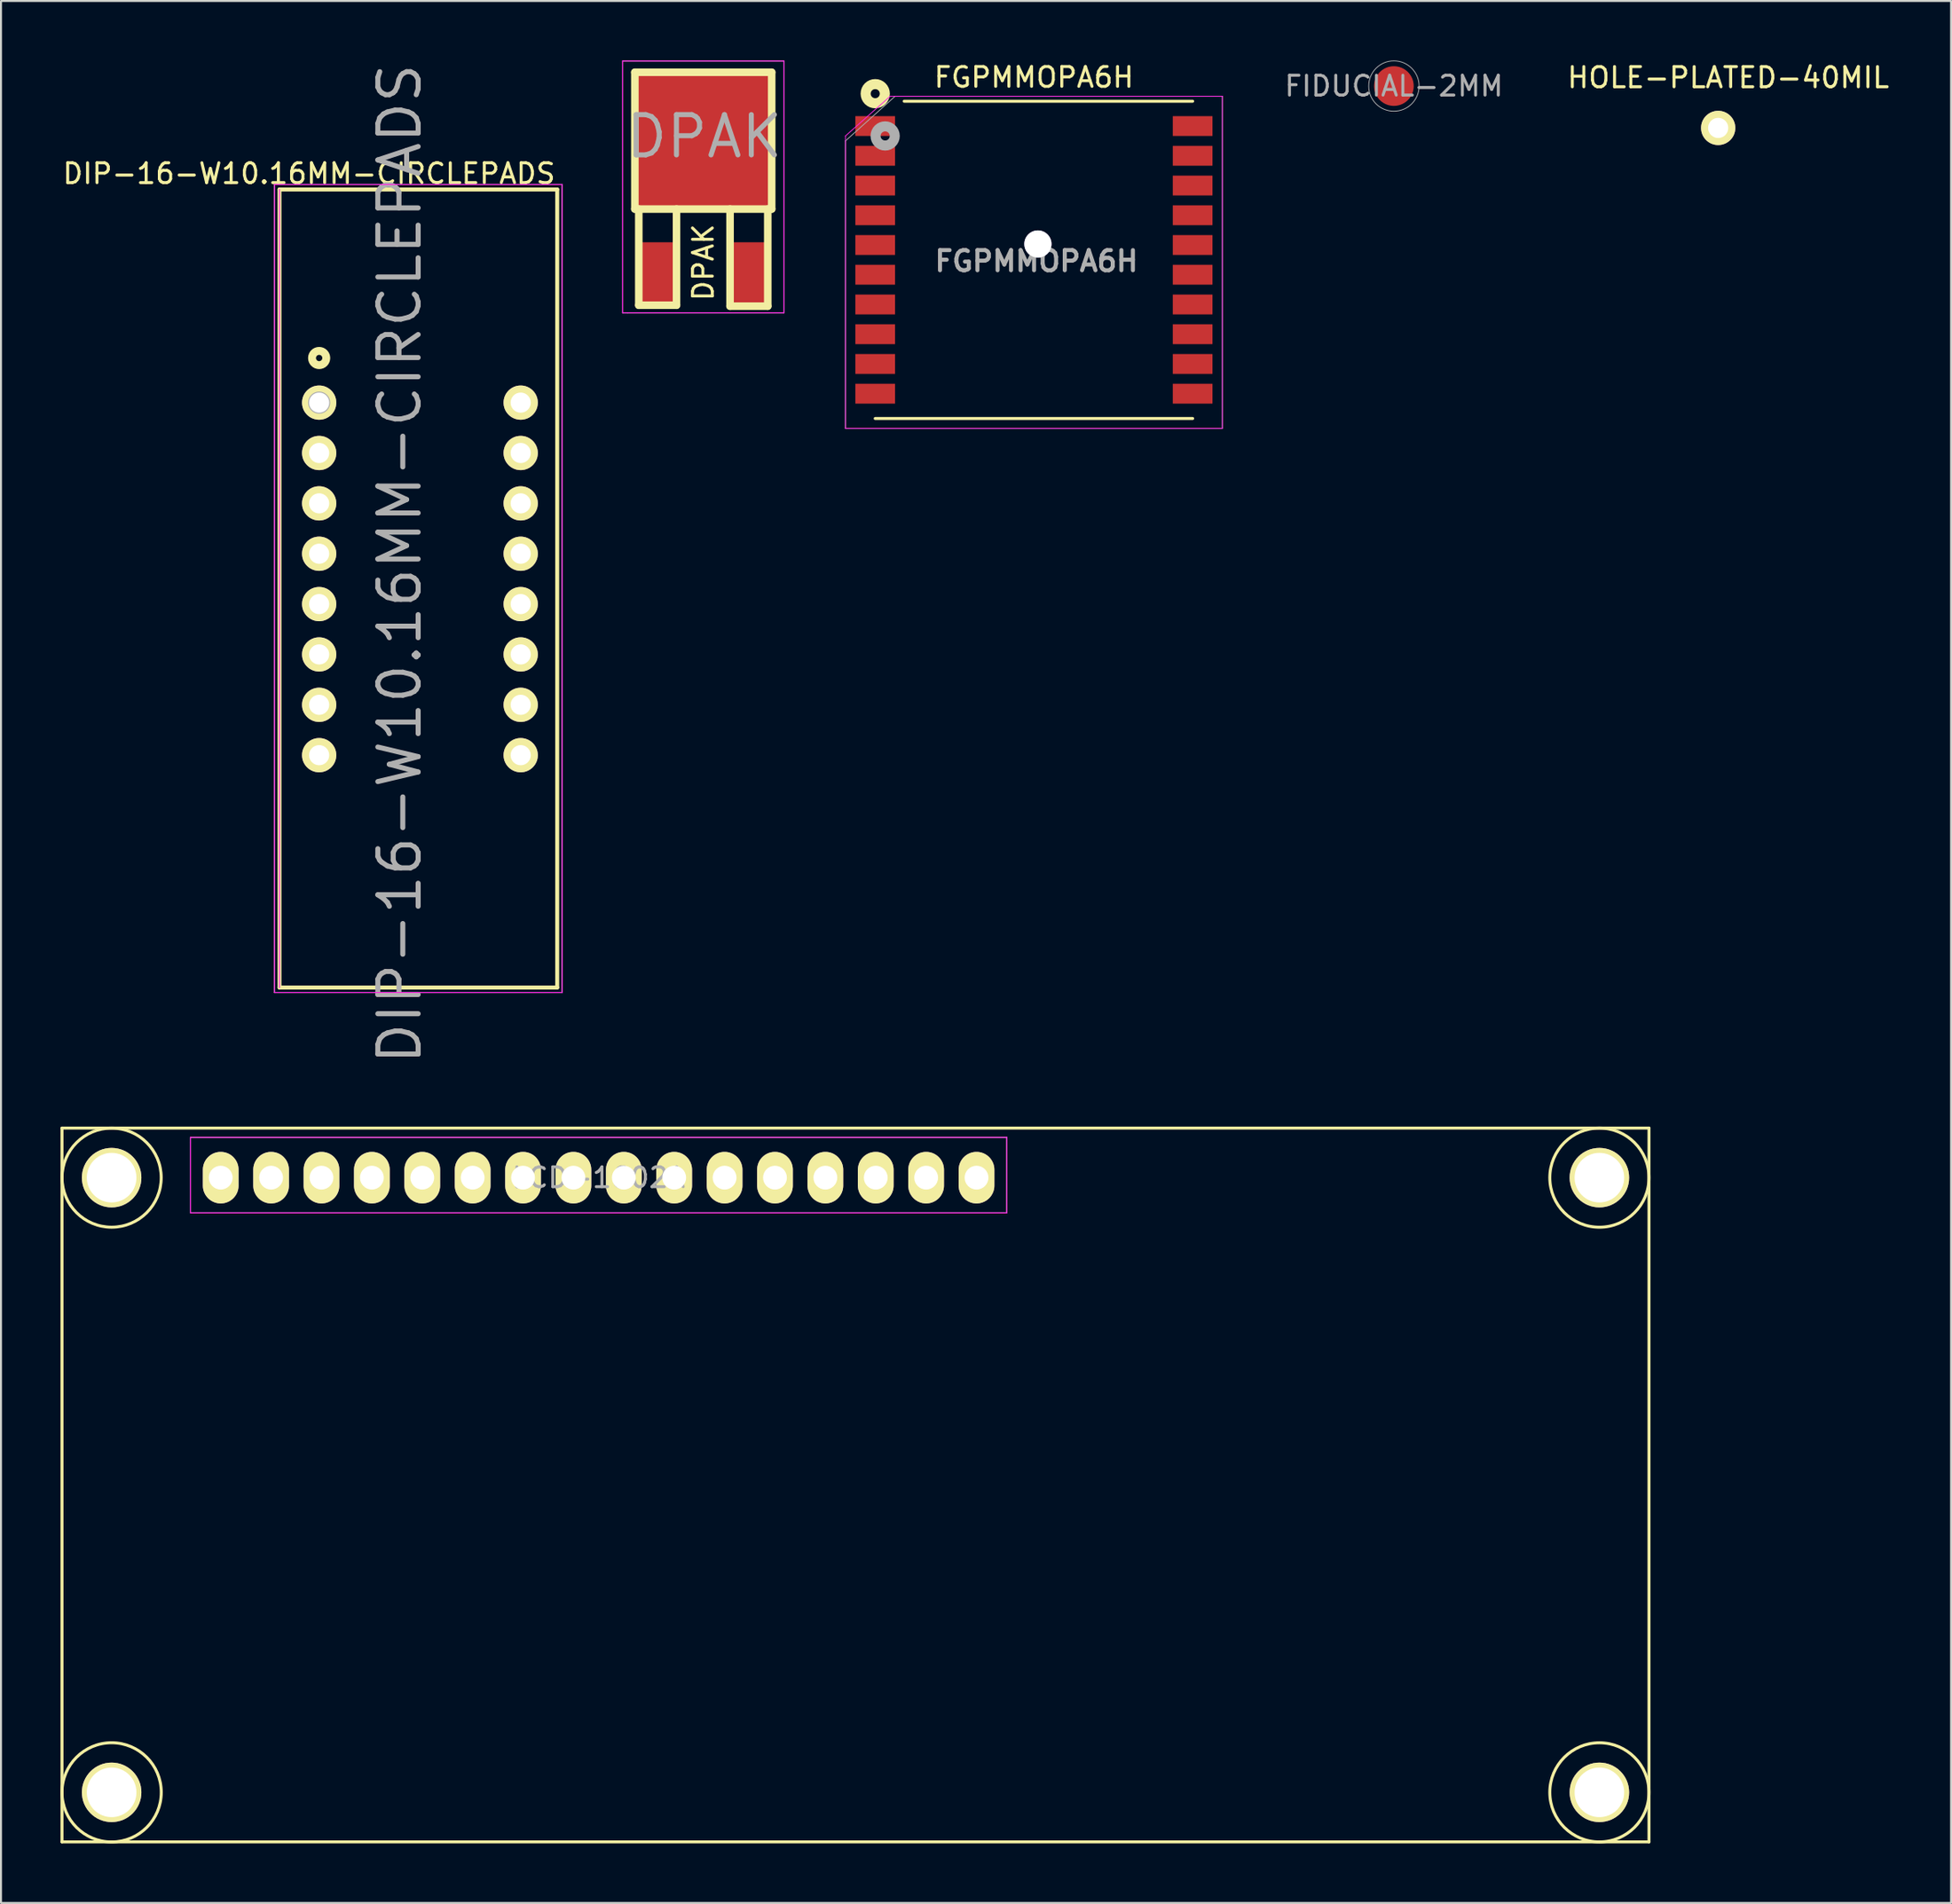
<source format=kicad_pcb>
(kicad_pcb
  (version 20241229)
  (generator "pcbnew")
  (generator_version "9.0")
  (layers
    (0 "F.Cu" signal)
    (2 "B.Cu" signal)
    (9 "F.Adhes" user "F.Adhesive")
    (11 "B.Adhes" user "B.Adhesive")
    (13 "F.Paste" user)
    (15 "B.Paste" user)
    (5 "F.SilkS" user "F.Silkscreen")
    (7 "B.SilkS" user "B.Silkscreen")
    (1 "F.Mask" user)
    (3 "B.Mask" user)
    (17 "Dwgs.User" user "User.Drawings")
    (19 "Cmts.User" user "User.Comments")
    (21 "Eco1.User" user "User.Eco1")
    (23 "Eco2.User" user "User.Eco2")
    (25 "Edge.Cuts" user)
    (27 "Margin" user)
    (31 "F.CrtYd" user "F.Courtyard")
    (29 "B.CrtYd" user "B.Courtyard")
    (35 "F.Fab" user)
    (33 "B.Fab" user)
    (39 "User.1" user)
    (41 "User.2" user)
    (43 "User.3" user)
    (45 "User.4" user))
  (footprint "LCD-1602A"
    (layer "F.Cu")
    (at 8.076 56.343)
    (property "Reference" "LCD-1602A" (at 19.05 0 0) (layer "F.Fab") (effects (font (size 1 1) (thickness 0.15))))
    (attr through_hole)
    (fp_line (start -8.001 -2.499) (end 71.999 -2.499) (stroke (width 0.15) (type solid)) (layer "F.SilkS"))
    (fp_line (start -8.001 33.5) (end -8.001 -2.499) (stroke (width 0.15) (type solid)) (layer "F.SilkS"))
    (fp_line (start 71.999 -2.499) (end 71.999 33.5) (stroke (width 0.15) (type solid)) (layer "F.SilkS"))
    (fp_line (start 71.999 33.5) (end -8.001 33.5) (stroke (width 0.15) (type solid)) (layer "F.SilkS"))
    (fp_circle (center -5.499 0) (end -3 0) (stroke (width 0.15) (type solid)) (fill no) (layer "F.SilkS"))
    (fp_circle (center -5.499 31.001) (end -8.001 31.001) (stroke (width 0.15) (type solid)) (fill no) (layer "F.SilkS"))
    (fp_circle (center 69.499 0) (end 71.999 0) (stroke (width 0.15) (type solid)) (fill no) (layer "F.SilkS"))
    (fp_circle (center 69.499 31.001) (end 71.999 31.001) (stroke (width 0.15) (type solid)) (fill no) (layer "F.SilkS"))
    (fp_line (start -1.524 -2.032) (end -1.524 -1.778) (stroke (width 0.05) (type solid)) (layer "F.CrtYd"))
    (fp_line (start -1.524 -1.778) (end -1.524 1.778) (stroke (width 0.05) (type solid)) (layer "F.CrtYd"))
    (fp_line (start -1.524 1.778) (end 39.624 1.778) (stroke (width 0.05) (type solid)) (layer "F.CrtYd"))
    (fp_line (start 39.624 -2.032) (end -1.524 -2.032) (stroke (width 0.05) (type solid)) (layer "F.CrtYd"))
    (fp_line (start 39.624 1.778) (end 39.624 -2.032) (stroke (width 0.05) (type solid)) (layer "F.CrtYd"))
    (fp_line (start -1.524 -2.032) (end -1.524 1.778) (stroke (width 0.05) (type solid)) (layer "F.Fab"))
    (fp_line (start -1.524 1.778) (end 39.624 1.778) (stroke (width 0.05) (type solid)) (layer "F.Fab"))
    (fp_line (start 39.624 -2.032) (end -1.524 -2.032) (stroke (width 0.05) (type solid)) (layer "F.Fab"))
    (fp_line (start 39.624 1.778) (end 39.624 -2.032) (stroke (width 0.05) (type solid)) (layer "F.Fab"))
    (pad "0" thru_hole circle (at -5.499 0) (size 3 3) (drill 2.5) (layers "*.Cu" "*.Mask" "F.SilkS"))
    (pad "0" thru_hole circle (at -5.499 31.001) (size 3 3) (drill 2.5) (layers "*.Cu" "*.Mask" "F.SilkS"))
    (pad "0" thru_hole circle (at 69.499 0) (size 3 3) (drill 2.5) (layers "*.Cu" "*.Mask" "F.SilkS"))
    (pad "0" thru_hole circle (at 69.499 31.001) (size 3 3) (drill 2.5) (layers "*.Cu" "*.Mask" "F.SilkS"))
    (pad "1" thru_hole oval (at 0 0) (size 1.8 2.6) (drill 1.2) (layers "*.Cu" "*.Mask" "F.SilkS"))
    (pad "2" thru_hole oval (at 2.54 0) (size 1.8 2.6) (drill 1.2) (layers "*.Cu" "*.Mask" "F.SilkS"))
    (pad "3" thru_hole oval (at 5.08 0) (size 1.8 2.6) (drill 1.2) (layers "*.Cu" "*.Mask" "F.SilkS"))
    (pad "4" thru_hole oval (at 7.62 0) (size 1.8 2.6) (drill 1.2) (layers "*.Cu" "*.Mask" "F.SilkS"))
    (pad "5" thru_hole oval (at 10.16 0) (size 1.8 2.6) (drill 1.2) (layers "*.Cu" "*.Mask" "F.SilkS"))
    (pad "6" thru_hole oval (at 12.7 0) (size 1.8 2.6) (drill 1.2) (layers "*.Cu" "*.Mask" "F.SilkS"))
    (pad "7" thru_hole oval (at 15.24 0) (size 1.8 2.6) (drill 1.2) (layers "*.Cu" "*.Mask" "F.SilkS"))
    (pad "8" thru_hole oval (at 17.78 0) (size 1.8 2.6) (drill 1.2) (layers "*.Cu" "*.Mask" "F.SilkS"))
    (pad "9" thru_hole oval (at 20.32 0) (size 1.8 2.6) (drill 1.2) (layers "*.Cu" "*.Mask" "F.SilkS"))
    (pad "10" thru_hole oval (at 22.86 0) (size 1.8 2.6) (drill 1.2) (layers "*.Cu" "*.Mask" "F.SilkS"))
    (pad "11" thru_hole oval (at 25.4 0) (size 1.8 2.6) (drill 1.2) (layers "*.Cu" "*.Mask" "F.SilkS"))
    (pad "12" thru_hole oval (at 27.94 0) (size 1.8 2.6) (drill 1.2) (layers "*.Cu" "*.Mask" "F.SilkS"))
    (pad "13" thru_hole oval (at 30.48 0) (size 1.8 2.6) (drill 1.2) (layers "*.Cu" "*.Mask" "F.SilkS"))
    (pad "14" thru_hole oval (at 33.02 0) (size 1.8 2.6) (drill 1.2) (layers "*.Cu" "*.Mask" "F.SilkS"))
    (pad "15" thru_hole oval (at 35.56 0) (size 1.8 2.6) (drill 1.2) (layers "*.Cu" "*.Mask" "F.SilkS"))
    (pad "16" thru_hole oval (at 38.1 0) (size 1.8 2.6) (drill 1.2) (layers "*.Cu" "*.Mask" "F.SilkS")))
  (footprint "DPAK"
    (layer "F.Cu")
    (at 32.402 10.693)
    (property "Reference" "DPAK" (at 0.051 -6.858 0) (layer "F.Fab") (effects (font (size 2.032 2.032) (thickness 0.254))))
    (attr smd)
    (fp_line (start -3.449 -10.099) (end 3.449 -10.099) (stroke (width 0.381) (type solid)) (layer "F.SilkS"))
    (fp_line (start -3.449 -3.2) (end -3.449 -10.099) (stroke (width 0.381) (type solid)) (layer "F.SilkS"))
    (fp_line (start -3.251 1.651) (end -3.251 -3.2) (stroke (width 0.381) (type solid)) (layer "F.SilkS"))
    (fp_line (start -3.251 1.651) (end -1.349 1.651) (stroke (width 0.381) (type solid)) (layer "F.SilkS"))
    (fp_line (start -1.349 1.651) (end -1.349 -3.2) (stroke (width 0.381) (type solid)) (layer "F.SilkS"))
    (fp_line (start 1.349 1.699) (end 1.349 -3.2) (stroke (width 0.381) (type solid)) (layer "F.SilkS"))
    (fp_line (start 1.349 1.699) (end 3.251 1.699) (stroke (width 0.381) (type solid)) (layer "F.SilkS"))
    (fp_line (start 3.251 1.699) (end 3.251 -3.2) (stroke (width 0.381) (type solid)) (layer "F.SilkS"))
    (fp_line (start 3.449 -10.099) (end 3.449 -3.2) (stroke (width 0.381) (type solid)) (layer "F.SilkS"))
    (fp_line (start 3.449 -3.2) (end -3.449 -3.2) (stroke (width 0.381) (type solid)) (layer "F.SilkS"))
    (fp_line (start -4.064 -10.668) (end 4.064 -10.668) (stroke (width 0.05) (type solid)) (layer "F.CrtYd"))
    (fp_line (start -4.064 2.032) (end -4.064 -10.668) (stroke (width 0.05) (type solid)) (layer "F.CrtYd"))
    (fp_line (start 4.064 -10.668) (end 4.064 2.032) (stroke (width 0.05) (type solid)) (layer "F.CrtYd"))
    (fp_line (start 4.064 2.032) (end -4.064 2.032) (stroke (width 0.05) (type solid)) (layer "F.CrtYd"))
    (fp_line (start -4.064 -10.668) (end 4.064 -10.668) (stroke (width 0.05) (type solid)) (layer "F.Fab"))
    (fp_line (start -4.064 2.032) (end -4.064 -10.668) (stroke (width 0.05) (type solid)) (layer "F.Fab"))
    (fp_line (start -3.81 2.032) (end -4.064 2.032) (stroke (width 0.05) (type solid)) (layer "F.Fab"))
    (fp_line (start 4.064 -10.668) (end 4.064 2.032) (stroke (width 0.05) (type solid)) (layer "F.Fab"))
    (fp_line (start 4.064 2.032) (end -3.81 2.032) (stroke (width 0.05) (type solid)) (layer "F.Fab"))
    (fp_text user "${REFERENCE}" (at 0 -0.508 90) (layer "F.SilkS") (effects (font (size 1 1) (thickness 0.15))))
    (pad "1" smd rect (at -2.301 0) (size 1.651 3.048) (layers "F.Cu" "F.Mask" "F.Paste"))
    (pad "2" smd rect (at 0 -6.65) (size 6.701 6.701) (layers "F.Cu" "F.Mask" "F.Paste"))
    (pad "3" smd rect (at 2.301 0) (size 1.651 3.048) (layers "F.Cu" "F.Mask" "F.Paste")))
  (footprint "FIDUCIAL-2MM"
    (layer "F.Cu")
    (at 67.215 1.29)
    (property "Reference" "FIDUCIAL-2MM" (at 0 0 0) (layer "F.Fab") (effects (font (size 1 1) (thickness 0.15))))
    (attr through_hole)
    (fp_circle (center 0 0) (end 1.27 0) (stroke (width 0.041) (type solid)) (fill no) (layer "F.Fab"))
    (pad "1" smd circle (at 0 0) (size 2 2) (layers "F.Cu" "F.Mask")))
  (footprint "DIP-16-W10.16MM-CIRCLEPADS"
    (layer "F.Cu")
    (at 13.038 17.256)
    (property "Reference" "DIP-16-W10.16MM-CIRCLEPADS" (at 4.064 8.128 90) (layer "F.Fab") (effects (font (size 2.032 2.032) (thickness 0.254))))
    (attr through_hole)
    (fp_line (start -2 -10.75) (end -2 29.5) (stroke (width 0.2) (type solid)) (layer "F.SilkS"))
    (fp_line (start -2 -10.75) (end 12 -10.75) (stroke (width 0.2) (type solid)) (layer "F.SilkS"))
    (fp_line (start 12 -10.75) (end 12 29.5) (stroke (width 0.2) (type solid)) (layer "F.SilkS"))
    (fp_line (start 12 29.5) (end -2 29.5) (stroke (width 0.2) (type solid)) (layer "F.SilkS"))
    (fp_circle (center 0 -2.25) (end 0.254 -1.996) (stroke (width 0.4) (type solid)) (fill no) (layer "F.SilkS"))
    (fp_line (start -2.25 -11) (end -2.25 29.75) (stroke (width 0.051) (type solid)) (layer "F.CrtYd"))
    (fp_line (start -2.25 29.75) (end 12.25 29.75) (stroke (width 0.051) (type solid)) (layer "F.CrtYd"))
    (fp_line (start -2 -10.75) (end -2 29.5) (stroke (width 0.05) (type solid)) (layer "F.CrtYd"))
    (fp_line (start 12.25 -11) (end -2.25 -11) (stroke (width 0.051) (type solid)) (layer "F.CrtYd"))
    (fp_line (start 12.25 29.75) (end 12.25 -11) (stroke (width 0.051) (type solid)) (layer "F.CrtYd"))
    (fp_line (start -2.25 -11) (end -2.25 29.75) (stroke (width 0.051) (type solid)) (layer "F.Fab"))
    (fp_line (start -2.25 29.75) (end 12.25 29.75) (stroke (width 0.051) (type solid)) (layer "F.Fab"))
    (fp_line (start 12.25 -11) (end -2.25 -11) (stroke (width 0.051) (type solid)) (layer "F.Fab"))
    (fp_line (start 12.25 29.75) (end 12.25 -11) (stroke (width 0.051) (type solid)) (layer "F.Fab"))
    (fp_circle (center 0 0) (end 0.254 0.254) (stroke (width 0.4) (type solid)) (fill no) (layer "F.Fab"))
    (fp_text user "${REFERENCE}" (at -0.508 -11.552 0) (layer "F.SilkS") (effects (font (size 1 1) (thickness 0.15))))
    (pad "1" thru_hole circle (at 0 0) (size 1.727 1.727) (drill 1.016) (layers "*.Cu" "*.Mask" "F.SilkS"))
    (pad "2" thru_hole circle (at 0 2.54) (size 1.727 1.727) (drill 1.016) (layers "*.Cu" "*.Mask" "F.SilkS"))
    (pad "3" thru_hole circle (at 0 5.08) (size 1.727 1.727) (drill 1.016) (layers "*.Cu" "*.Mask" "F.SilkS"))
    (pad "4" thru_hole circle (at 0 7.62) (size 1.727 1.727) (drill 1.016) (layers "*.Cu" "*.Mask" "F.SilkS"))
    (pad "5" thru_hole circle (at 0 10.16) (size 1.727 1.727) (drill 1.016) (layers "*.Cu" "*.Mask" "F.SilkS"))
    (pad "6" thru_hole circle (at 0 12.7) (size 1.727 1.727) (drill 1.016) (layers "*.Cu" "*.Mask" "F.SilkS"))
    (pad "7" thru_hole circle (at 0 15.24) (size 1.727 1.727) (drill 1.016) (layers "*.Cu" "*.Mask" "F.SilkS"))
    (pad "8" thru_hole circle (at 0 17.78) (size 1.727 1.727) (drill 1.016) (layers "*.Cu" "*.Mask" "F.SilkS"))
    (pad "9" thru_hole circle (at 10.16 17.78) (size 1.727 1.727) (drill 1.016) (layers "*.Cu" "*.Mask" "F.SilkS"))
    (pad "10" thru_hole circle (at 10.16 15.24) (size 1.727 1.727) (drill 1.016) (layers "*.Cu" "*.Mask" "F.SilkS"))
    (pad "11" thru_hole circle (at 10.16 12.7) (size 1.727 1.727) (drill 1.016) (layers "*.Cu" "*.Mask" "F.SilkS"))
    (pad "12" thru_hole circle (at 10.16 10.16) (size 1.727 1.727) (drill 1.016) (layers "*.Cu" "*.Mask" "F.SilkS"))
    (pad "13" thru_hole circle (at 10.16 7.62) (size 1.727 1.727) (drill 1.016) (layers "*.Cu" "*.Mask" "F.SilkS"))
    (pad "14" thru_hole circle (at 10.16 5.08) (size 1.727 1.727) (drill 1.016) (layers "*.Cu" "*.Mask" "F.SilkS"))
    (pad "15" thru_hole circle (at 10.16 2.54) (size 1.727 1.727) (drill 1.016) (layers "*.Cu" "*.Mask" "F.SilkS"))
    (pad "16" thru_hole circle (at 10.16 0) (size 1.727 1.727) (drill 1.016) (layers "*.Cu" "*.Mask" "F.SilkS")))
  (footprint "HOLE-PLATED-40MIL"
    (layer "F.Cu")
    (at 83.563 3.402)
    (property "Reference" "HOLE-PLATED-40MIL" (at 0.508 -2.54 0) (layer "F.SilkS") (effects (font (size 1.016 1.016) (thickness 0.152))))
    (attr through_hole)
    (pad "1" thru_hole circle (at 0 0) (size 1.727 1.727) (drill 1.016) (layers "*.Cu" "*.Mask" "F.SilkS")))
  (footprint "FGPMMOPA6H"
    (layer "F.Cu")
    (at 49.07 10.056)
    (property "Reference" "FGPMMOPA6H" (at 0.127 0.064 0) (layer "F.Fab") (effects (font (size 1.016 1.016) (thickness 0.203))))
    (attr through_hole)
    (fp_line (start -6.54 -8.001) (end 8.001 -8.001) (stroke (width 0.152) (type solid)) (layer "F.SilkS"))
    (fp_line (start 8.001 8.001) (end -8.001 8.001) (stroke (width 0.152) (type solid)) (layer "F.SilkS"))
    (fp_circle (center -8 -8.382) (end -7.873 -8.191) (stroke (width 0.508) (type solid)) (fill no) (layer "F.SilkS"))
    (fp_line (start -9.5 -6.25) (end -9.5 8.5) (stroke (width 0.041) (type solid)) (layer "F.CrtYd"))
    (fp_line (start -9.5 8.5) (end 9.5 8.5) (stroke (width 0.041) (type solid)) (layer "F.CrtYd"))
    (fp_line (start -7.25 -8.25) (end -9.5 -6.25) (stroke (width 0.041) (type solid)) (layer "F.CrtYd"))
    (fp_line (start 9.5 -8.25) (end -7.25 -8.25) (stroke (width 0.041) (type solid)) (layer "F.CrtYd"))
    (fp_line (start 9.5 8.5) (end 9.5 -8.25) (stroke (width 0.041) (type solid)) (layer "F.CrtYd"))
    (fp_line (start -9.5 -6) (end -9.5 8.5) (stroke (width 0.041) (type solid)) (layer "F.Fab"))
    (fp_line (start -9.5 -6) (end -7 -8.25) (stroke (width 0.041) (type solid)) (layer "F.Fab"))
    (fp_line (start -9.5 8.5) (end 9.5 8.5) (stroke (width 0.041) (type solid)) (layer "F.Fab"))
    (fp_line (start 9.5 -8.25) (end -7 -8.25) (stroke (width 0.041) (type solid)) (layer "F.Fab"))
    (fp_line (start 9.5 8.5) (end 9.5 -8.25) (stroke (width 0.041) (type solid)) (layer "F.Fab"))
    (fp_circle (center -7.5 -6.25) (end -7.373 -6.059) (stroke (width 0.508) (type solid)) (fill no) (layer "F.Fab"))
    (fp_text user "${REFERENCE}" (at 0 -9.207 0) (layer "F.SilkS") (effects (font (size 1 1) (thickness 0.15))))
    (pad "1" smd rect (at -8.001 -6.749) (size 1.999 1.001) (layers "F.Cu" "F.Mask" "F.Paste"))
    (pad "2" smd rect (at -8.001 -5.25) (size 1.999 1.001) (layers "F.Cu" "F.Mask" "F.Paste"))
    (pad "3" smd rect (at -8.001 -3.749) (size 1.999 1.001) (layers "F.Cu" "F.Mask" "F.Paste"))
    (pad "4" smd rect (at -8.001 -2.25) (size 1.999 1.001) (layers "F.Cu" "F.Mask" "F.Paste"))
    (pad "5" smd rect (at -8.001 -0.749) (size 1.999 1.001) (layers "F.Cu" "F.Mask" "F.Paste"))
    (pad "6" smd rect (at -8.001 0.749) (size 1.999 1.001) (layers "F.Cu" "F.Mask" "F.Paste"))
    (pad "7" smd rect (at -8.001 2.25) (size 1.999 1.001) (layers "F.Cu" "F.Mask" "F.Paste"))
    (pad "8" smd rect (at -8.001 3.749) (size 1.999 1.001) (layers "F.Cu" "F.Mask" "F.Paste"))
    (pad "9" smd rect (at -8.001 5.25) (size 1.999 1.001) (layers "F.Cu" "F.Mask" "F.Paste"))
    (pad "10" smd rect (at -8.001 6.749) (size 1.999 1.001) (layers "F.Cu" "F.Mask" "F.Paste"))
    (pad "11" smd rect (at 8.001 6.749) (size 1.999 1.001) (layers "F.Cu" "F.Mask" "F.Paste"))
    (pad "12" smd rect (at 8.001 5.25) (size 1.999 1.001) (layers "F.Cu" "F.Mask" "F.Paste"))
    (pad "13" smd rect (at 8.001 3.749) (size 1.999 1.001) (layers "F.Cu" "F.Mask" "F.Paste"))
    (pad "14" smd rect (at 8.001 2.25) (size 1.999 1.001) (layers "F.Cu" "F.Mask" "F.Paste"))
    (pad "15" smd rect (at 8.001 0.749) (size 1.999 1.001) (layers "F.Cu" "F.Mask" "F.Paste"))
    (pad "16" smd rect (at 8.001 -0.749) (size 1.999 1.001) (layers "F.Cu" "F.Mask" "F.Paste"))
    (pad "17" smd rect (at 8.001 -2.25) (size 1.999 1.001) (layers "F.Cu" "F.Mask" "F.Paste"))
    (pad "18" smd rect (at 8.001 -3.749) (size 1.999 1.001) (layers "F.Cu" "F.Mask" "F.Paste"))
    (pad "19" smd rect (at 8.001 -5.25) (size 1.999 1.001) (layers "F.Cu" "F.Mask" "F.Paste"))
    (pad "20" smd rect (at 8.001 -6.749) (size 1.999 1.001) (layers "F.Cu" "F.Mask" "F.Paste"))
    (pad "21" thru_hole circle (at 0.2 -0.8) (size 1.372 1.372) (drill 1.372) (layers "*.Cu")))
  (gr_rect
    (start -3 -3)
    (end 95.302 92.921)
    (stroke (width 0.1) (type default))
    (fill no)
    (layer "Edge.Cuts")))
</source>
